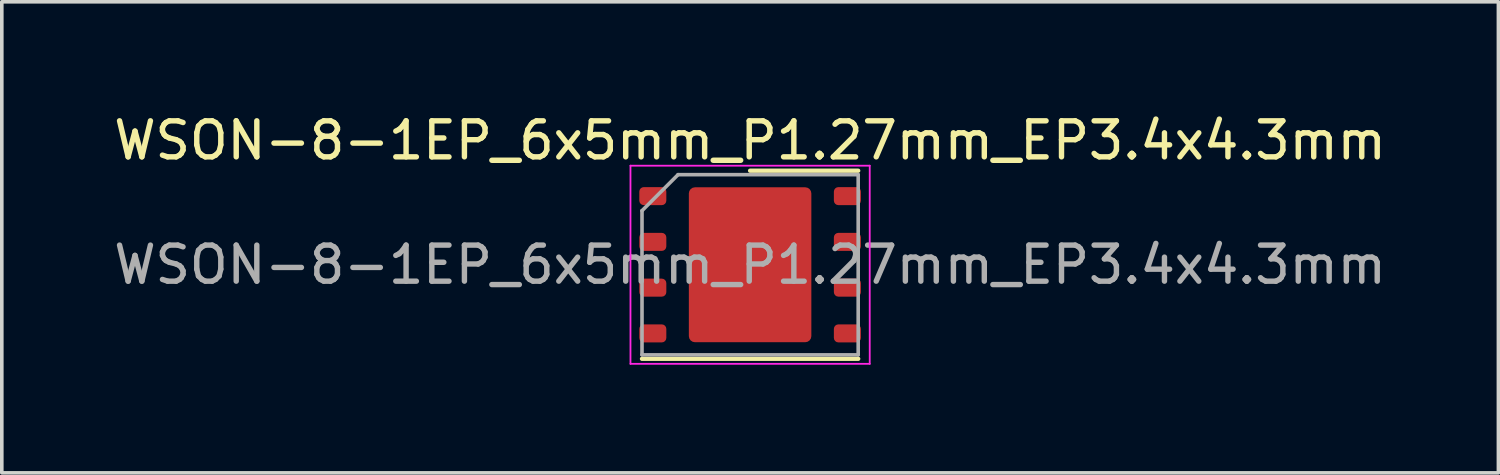
<source format=kicad_pcb>
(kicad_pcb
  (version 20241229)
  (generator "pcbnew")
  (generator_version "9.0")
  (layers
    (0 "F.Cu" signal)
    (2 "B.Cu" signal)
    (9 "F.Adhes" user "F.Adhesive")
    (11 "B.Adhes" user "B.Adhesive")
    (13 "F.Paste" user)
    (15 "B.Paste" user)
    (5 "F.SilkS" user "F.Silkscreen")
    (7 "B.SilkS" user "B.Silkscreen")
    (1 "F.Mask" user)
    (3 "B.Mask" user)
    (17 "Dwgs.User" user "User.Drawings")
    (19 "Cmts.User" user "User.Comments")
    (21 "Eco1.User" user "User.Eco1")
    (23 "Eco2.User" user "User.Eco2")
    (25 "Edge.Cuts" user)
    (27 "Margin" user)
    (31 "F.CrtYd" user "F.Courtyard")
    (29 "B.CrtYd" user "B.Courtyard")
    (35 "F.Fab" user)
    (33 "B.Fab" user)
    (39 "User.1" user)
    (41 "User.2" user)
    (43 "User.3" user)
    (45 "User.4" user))
  (footprint "WSON-8-1EP_6x5mm_P1.27mm_EP3.4x4.3mm"
    (layer "F.Cu")
    (at 17.768 4.298)
    (property "Reference" "WSON-8-1EP_6x5mm_P1.27mm_EP3.4x4.3mm" (at 0 -3.45 0) (layer "F.SilkS") (effects (font (size 1 1) (thickness 0.15))))
    (attr smd)
    (fp_line (start -3 2.61) (end 3 2.61) (stroke (width 0.12) (type solid)) (layer "F.SilkS"))
    (fp_line (start 0 -2.61) (end 3 -2.61) (stroke (width 0.12) (type solid)) (layer "F.SilkS"))
    (fp_line (start -3.32 -2.75) (end -3.32 2.75) (stroke (width 0.05) (type solid)) (layer "F.CrtYd"))
    (fp_line (start -3.32 2.75) (end 3.32 2.75) (stroke (width 0.05) (type solid)) (layer "F.CrtYd"))
    (fp_line (start 3.32 -2.75) (end -3.32 -2.75) (stroke (width 0.05) (type solid)) (layer "F.CrtYd"))
    (fp_line (start 3.32 2.75) (end 3.32 -2.75) (stroke (width 0.05) (type solid)) (layer "F.CrtYd"))
    (fp_line (start -3 -1.5) (end -2 -2.5) (stroke (width 0.1) (type solid)) (layer "F.Fab"))
    (fp_line (start -3 2.5) (end -3 -1.5) (stroke (width 0.1) (type solid)) (layer "F.Fab"))
    (fp_line (start -2 -2.5) (end 3 -2.5) (stroke (width 0.1) (type solid)) (layer "F.Fab"))
    (fp_line (start 3 -2.5) (end 3 2.5) (stroke (width 0.1) (type solid)) (layer "F.Fab"))
    (fp_line (start 3 2.5) (end -3 2.5) (stroke (width 0.1) (type solid)) (layer "F.Fab"))
    (fp_text user "${REFERENCE}" (at 0 0 0) (layer "F.Fab") (effects (font (size 1 1) (thickness 0.15))))
    (pad "" smd roundrect (at -0.85 -1.075) (size 1.37 1.73) (layers "F.Paste") (roundrect_rratio 0.182))
    (pad "" smd roundrect (at -0.85 1.075) (size 1.37 1.73) (layers "F.Paste") (roundrect_rratio 0.182))
    (pad "" smd roundrect (at 0.85 -1.075) (size 1.37 1.73) (layers "F.Paste") (roundrect_rratio 0.182))
    (pad "" smd roundrect (at 0.85 1.075) (size 1.37 1.73) (layers "F.Paste") (roundrect_rratio 0.182))
    (pad "1" smd roundrect (at -2.7 -1.905) (size 0.75 0.5) (layers "F.Cu" "F.Mask" "F.Paste") (roundrect_rratio 0.25))
    (pad "2" smd roundrect (at -2.7 -0.635) (size 0.75 0.5) (layers "F.Cu" "F.Mask" "F.Paste") (roundrect_rratio 0.25))
    (pad "3" smd roundrect (at -2.7 0.635) (size 0.75 0.5) (layers "F.Cu" "F.Mask" "F.Paste") (roundrect_rratio 0.25))
    (pad "4" smd roundrect (at -2.7 1.905) (size 0.75 0.5) (layers "F.Cu" "F.Mask" "F.Paste") (roundrect_rratio 0.25))
    (pad "5" smd roundrect (at 2.7 1.905) (size 0.75 0.5) (layers "F.Cu" "F.Mask" "F.Paste") (roundrect_rratio 0.25))
    (pad "6" smd roundrect (at 2.7 0.635) (size 0.75 0.5) (layers "F.Cu" "F.Mask" "F.Paste") (roundrect_rratio 0.25))
    (pad "7" smd roundrect (at 2.7 -0.635) (size 0.75 0.5) (layers "F.Cu" "F.Mask" "F.Paste") (roundrect_rratio 0.25))
    (pad "8" smd roundrect (at 2.7 -1.905) (size 0.75 0.5) (layers "F.Cu" "F.Mask" "F.Paste") (roundrect_rratio 0.25))
    (pad "~" smd roundrect (at 0 0) (size 3.4 4.3) (layers "F.Cu" "F.Mask") (roundrect_rratio 0.05)))
  (gr_rect
    (start -3 -3)
    (end 38.536 10.073)
    (stroke (width 0.1) (type default))
    (fill no)
    (layer "Edge.Cuts")))
</source>
